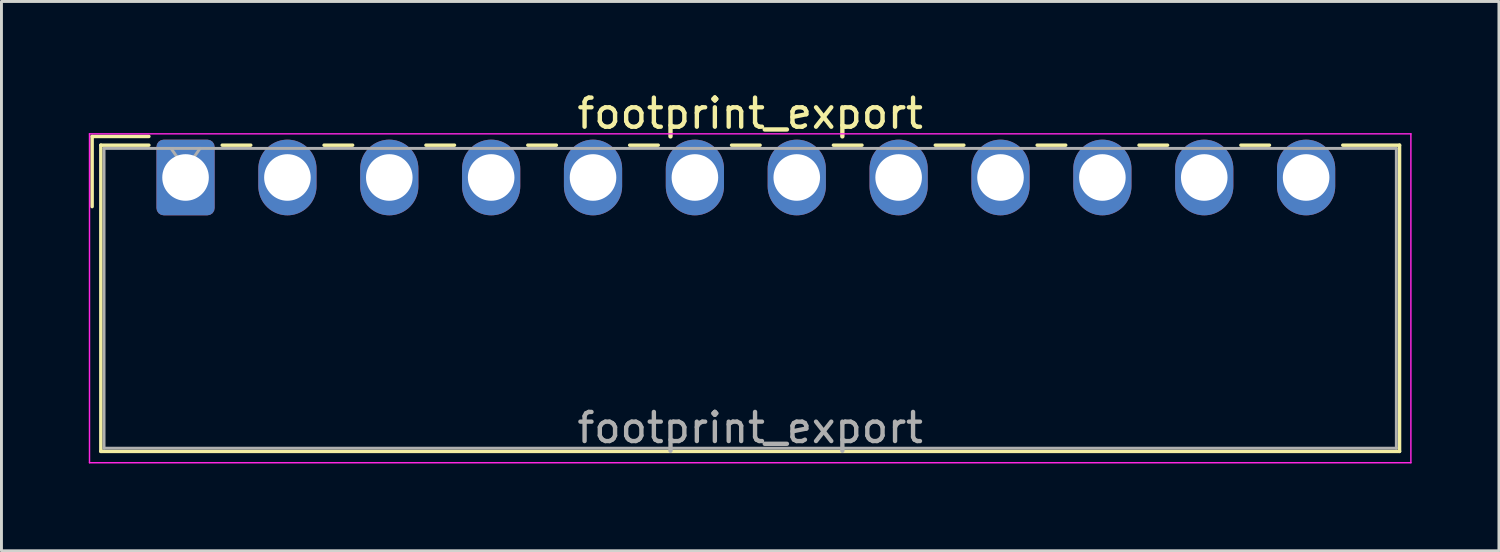
<source format=kicad_pcb>
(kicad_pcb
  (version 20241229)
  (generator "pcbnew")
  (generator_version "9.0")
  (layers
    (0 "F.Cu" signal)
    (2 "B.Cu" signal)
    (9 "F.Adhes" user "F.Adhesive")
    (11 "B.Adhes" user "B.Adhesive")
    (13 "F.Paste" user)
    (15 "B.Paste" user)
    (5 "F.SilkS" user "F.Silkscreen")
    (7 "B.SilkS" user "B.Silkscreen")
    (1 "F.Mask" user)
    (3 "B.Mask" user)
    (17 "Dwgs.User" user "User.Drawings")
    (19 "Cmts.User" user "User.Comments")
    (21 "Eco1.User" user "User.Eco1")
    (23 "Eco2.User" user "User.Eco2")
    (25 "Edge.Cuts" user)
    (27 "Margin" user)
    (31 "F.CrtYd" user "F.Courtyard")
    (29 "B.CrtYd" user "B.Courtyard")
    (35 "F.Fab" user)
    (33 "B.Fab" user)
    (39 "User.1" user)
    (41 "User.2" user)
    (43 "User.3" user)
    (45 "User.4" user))
  (footprint "footprint_export"
    (layer "F.Cu")
    (at 3.325 3.048)
    (property "Reference" "footprint_export" (at 19.4 -2.2 0) (layer "F.SilkS") (effects (font (size 1 1) (thickness 0.15))))
    (attr through_hole)
    (fp_line (start -3.21 -1.41) (end -1.26 -1.41) (stroke (width 0.12) (type solid)) (layer "F.SilkS"))
    (fp_line (start -3.21 1) (end -3.21 -1.41) (stroke (width 0.12) (type solid)) (layer "F.SilkS"))
    (fp_line (start -2.91 -1.11) (end -2.91 9.41) (stroke (width 0.12) (type solid)) (layer "F.SilkS"))
    (fp_line (start -2.91 9.41) (end 41.71 9.41) (stroke (width 0.12) (type solid)) (layer "F.SilkS"))
    (fp_line (start -1.26 -1.11) (end -2.91 -1.11) (stroke (width 0.12) (type solid)) (layer "F.SilkS"))
    (fp_line (start 1.26 -1.11) (end 2.24 -1.11) (stroke (width 0.12) (type solid)) (layer "F.SilkS"))
    (fp_line (start 4.76 -1.11) (end 5.74 -1.11) (stroke (width 0.12) (type solid)) (layer "F.SilkS"))
    (fp_line (start 8.26 -1.11) (end 9.24 -1.11) (stroke (width 0.12) (type solid)) (layer "F.SilkS"))
    (fp_line (start 11.76 -1.11) (end 12.74 -1.11) (stroke (width 0.12) (type solid)) (layer "F.SilkS"))
    (fp_line (start 15.26 -1.11) (end 16.24 -1.11) (stroke (width 0.12) (type solid)) (layer "F.SilkS"))
    (fp_line (start 18.76 -1.11) (end 19.74 -1.11) (stroke (width 0.12) (type solid)) (layer "F.SilkS"))
    (fp_line (start 22.26 -1.11) (end 23.24 -1.11) (stroke (width 0.12) (type solid)) (layer "F.SilkS"))
    (fp_line (start 25.76 -1.11) (end 26.74 -1.11) (stroke (width 0.12) (type solid)) (layer "F.SilkS"))
    (fp_line (start 29.26 -1.11) (end 30.24 -1.11) (stroke (width 0.12) (type solid)) (layer "F.SilkS"))
    (fp_line (start 32.76 -1.11) (end 33.74 -1.11) (stroke (width 0.12) (type solid)) (layer "F.SilkS"))
    (fp_line (start 36.26 -1.11) (end 37.24 -1.11) (stroke (width 0.12) (type solid)) (layer "F.SilkS"))
    (fp_line (start 41.71 -1.11) (end 39.76 -1.11) (stroke (width 0.12) (type solid)) (layer "F.SilkS"))
    (fp_line (start 41.71 9.41) (end 41.71 -1.11) (stroke (width 0.12) (type solid)) (layer "F.SilkS"))
    (fp_line (start -3.3 -1.5) (end -3.3 9.8) (stroke (width 0.05) (type solid)) (layer "F.CrtYd"))
    (fp_line (start -3.3 9.8) (end 42.1 9.8) (stroke (width 0.05) (type solid)) (layer "F.CrtYd"))
    (fp_line (start 42.1 -1.5) (end -3.3 -1.5) (stroke (width 0.05) (type solid)) (layer "F.CrtYd"))
    (fp_line (start 42.1 9.8) (end 42.1 -1.5) (stroke (width 0.05) (type solid)) (layer "F.CrtYd"))
    (fp_line (start -2.8 -1) (end -2.8 9.3) (stroke (width 0.1) (type solid)) (layer "F.Fab"))
    (fp_line (start -2.8 9.3) (end 41.6 9.3) (stroke (width 0.1) (type solid)) (layer "F.Fab"))
    (fp_line (start -0.5 -1) (end 0 -0.293) (stroke (width 0.1) (type solid)) (layer "F.Fab"))
    (fp_line (start 0 -0.293) (end 0.5 -1) (stroke (width 0.1) (type solid)) (layer "F.Fab"))
    (fp_line (start 41.6 -1) (end -2.8 -1) (stroke (width 0.1) (type solid)) (layer "F.Fab"))
    (fp_line (start 41.6 9.3) (end 41.6 -1) (stroke (width 0.1) (type solid)) (layer "F.Fab"))
    (fp_text user "${REFERENCE}" (at 19.4 8.6 0) (layer "F.Fab") (effects (font (size 1 1) (thickness 0.15))))
    (pad "1" thru_hole roundrect (at 0 0) (size 2 2.6) (drill 1.6) (layers "*.Cu" "*.Mask") (roundrect_rratio 0.125))
    (pad "2" thru_hole oval (at 3.5 0) (size 2 2.6) (drill 1.6) (layers "*.Cu" "*.Mask"))
    (pad "3" thru_hole oval (at 7 0) (size 2 2.6) (drill 1.6) (layers "*.Cu" "*.Mask"))
    (pad "4" thru_hole oval (at 10.5 0) (size 2 2.6) (drill 1.6) (layers "*.Cu" "*.Mask"))
    (pad "5" thru_hole oval (at 14 0) (size 2 2.6) (drill 1.6) (layers "*.Cu" "*.Mask"))
    (pad "6" thru_hole oval (at 17.5 0) (size 2 2.6) (drill 1.6) (layers "*.Cu" "*.Mask"))
    (pad "7" thru_hole oval (at 21 0) (size 2 2.6) (drill 1.6) (layers "*.Cu" "*.Mask"))
    (pad "8" thru_hole oval (at 24.5 0) (size 2 2.6) (drill 1.6) (layers "*.Cu" "*.Mask"))
    (pad "9" thru_hole oval (at 28 0) (size 2 2.6) (drill 1.6) (layers "*.Cu" "*.Mask"))
    (pad "10" thru_hole oval (at 31.5 0) (size 2 2.6) (drill 1.6) (layers "*.Cu" "*.Mask"))
    (pad "11" thru_hole oval (at 35 0) (size 2 2.6) (drill 1.6) (layers "*.Cu" "*.Mask"))
    (pad "12" thru_hole oval (at 38.5 0) (size 2 2.6) (drill 1.6) (layers "*.Cu" "*.Mask")))
  (gr_rect
    (start -3 -3)
    (end 48.45 15.873)
    (stroke (width 0.1) (type default))
    (fill no)
    (layer "Edge.Cuts")))
</source>
